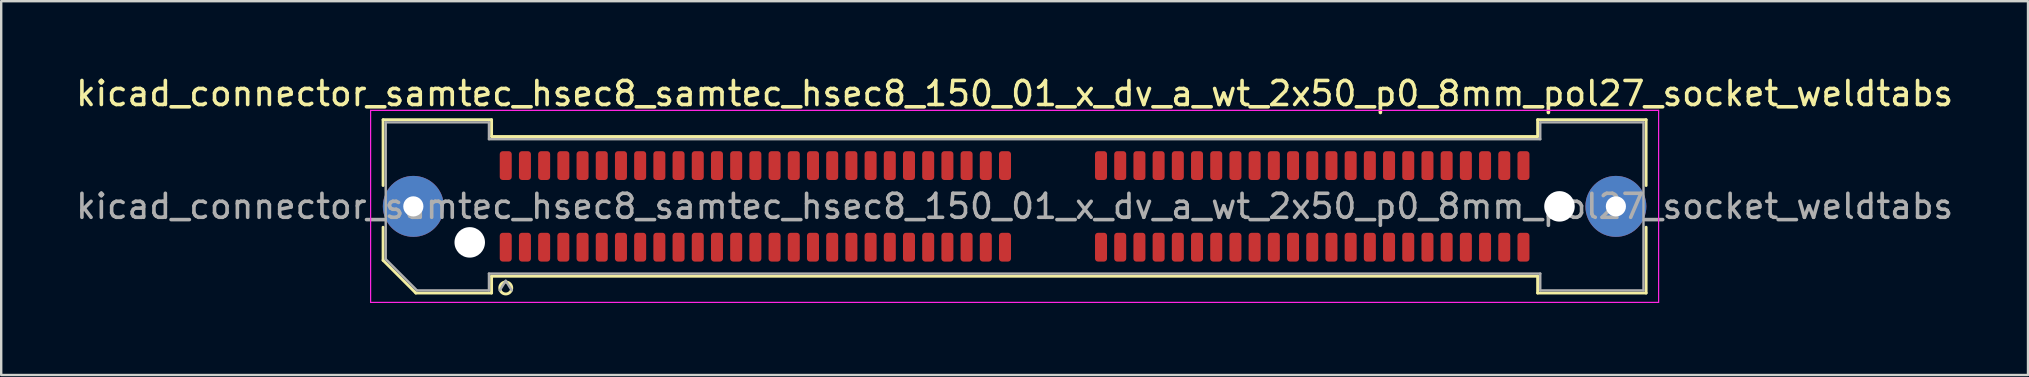
<source format=kicad_pcb>
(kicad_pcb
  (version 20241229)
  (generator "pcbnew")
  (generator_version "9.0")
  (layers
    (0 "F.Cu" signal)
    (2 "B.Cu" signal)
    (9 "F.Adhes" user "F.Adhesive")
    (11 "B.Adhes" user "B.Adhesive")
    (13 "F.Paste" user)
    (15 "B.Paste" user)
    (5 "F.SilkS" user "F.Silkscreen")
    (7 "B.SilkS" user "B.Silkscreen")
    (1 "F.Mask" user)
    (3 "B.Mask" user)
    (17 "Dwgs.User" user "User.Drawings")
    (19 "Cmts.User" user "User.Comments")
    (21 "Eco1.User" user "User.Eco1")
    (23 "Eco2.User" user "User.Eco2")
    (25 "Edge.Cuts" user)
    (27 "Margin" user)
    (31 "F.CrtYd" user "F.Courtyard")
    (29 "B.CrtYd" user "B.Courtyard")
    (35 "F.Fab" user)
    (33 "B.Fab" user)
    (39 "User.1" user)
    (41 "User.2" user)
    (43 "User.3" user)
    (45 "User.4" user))
  (footprint "kicad_connector_samtec_hsec8_samtec_hsec8_150_01_x_dv_a_wt_2x50_p0_8mm_pol27_socket_weldtabs"
    (layer "F.Cu")
    (at 39.22 5.548)
    (property "Reference" "kicad_connector_samtec_hsec8_samtec_hsec8_150_01_x_dv_a_wt_2x50_p0_8mm_pol27_socket_weldtabs" (at 0 -4.7 0) (layer "F.SilkS") (effects (font (size 1 1) (thickness 0.15))))
    (attr smd)
    (fp_line (start -26.31 -3.61) (end -21.79 -3.61) (stroke (width 0.12) (type solid)) (layer "F.SilkS"))
    (fp_line (start -26.31 -0.868) (end -26.31 -3.61) (stroke (width 0.12) (type solid)) (layer "F.SilkS"))
    (fp_line (start -26.31 2.246) (end -26.31 0.868) (stroke (width 0.12) (type solid)) (layer "F.SilkS"))
    (fp_line (start -24.946 3.61) (end -26.31 2.246) (stroke (width 0.12) (type solid)) (layer "F.SilkS"))
    (fp_line (start -21.79 -3.61) (end -21.79 -2.91) (stroke (width 0.12) (type solid)) (layer "F.SilkS"))
    (fp_line (start -21.79 -2.91) (end 21.79 -2.91) (stroke (width 0.12) (type solid)) (layer "F.SilkS"))
    (fp_line (start -21.79 2.91) (end -21.79 3.61) (stroke (width 0.12) (type solid)) (layer "F.SilkS"))
    (fp_line (start -21.79 3.61) (end -24.946 3.61) (stroke (width 0.12) (type solid)) (layer "F.SilkS"))
    (fp_line (start 21.79 -3.61) (end 26.31 -3.61) (stroke (width 0.12) (type solid)) (layer "F.SilkS"))
    (fp_line (start 21.79 -2.91) (end 21.79 -3.61) (stroke (width 0.12) (type solid)) (layer "F.SilkS"))
    (fp_line (start 21.79 2.91) (end -21.79 2.91) (stroke (width 0.12) (type solid)) (layer "F.SilkS"))
    (fp_line (start 21.79 3.61) (end 21.79 2.91) (stroke (width 0.12) (type solid)) (layer "F.SilkS"))
    (fp_line (start 26.31 -3.61) (end 26.31 -0.868) (stroke (width 0.12) (type solid)) (layer "F.SilkS"))
    (fp_line (start 26.31 0.868) (end 26.31 3.61) (stroke (width 0.12) (type solid)) (layer "F.SilkS"))
    (fp_line (start 26.31 3.61) (end 21.79 3.61) (stroke (width 0.12) (type solid)) (layer "F.SilkS"))
    (fp_arc (start -20.95 3.4) (mid -21.45 3.4) (end -20.95 3.4) (stroke (width 0.12) (type solid)) (layer "F.SilkS"))
    (fp_line (start -26.83 -4) (end -26.83 4) (stroke (width 0.05) (type solid)) (layer "F.CrtYd"))
    (fp_line (start -26.83 4) (end 26.83 4) (stroke (width 0.05) (type solid)) (layer "F.CrtYd"))
    (fp_line (start 26.83 -4) (end -26.83 -4) (stroke (width 0.05) (type solid)) (layer "F.CrtYd"))
    (fp_line (start 26.83 4) (end 26.83 -4) (stroke (width 0.05) (type solid)) (layer "F.CrtYd"))
    (fp_line (start -26.2 -3.5) (end -21.9 -3.5) (stroke (width 0.1) (type solid)) (layer "F.Fab"))
    (fp_line (start -26.2 2.2) (end -26.2 -3.5) (stroke (width 0.1) (type solid)) (layer "F.Fab"))
    (fp_line (start -24.9 3.5) (end -26.2 2.2) (stroke (width 0.1) (type solid)) (layer "F.Fab"))
    (fp_line (start -21.9 -3.5) (end -21.9 -2.8) (stroke (width 0.1) (type solid)) (layer "F.Fab"))
    (fp_line (start -21.9 -2.8) (end 21.9 -2.8) (stroke (width 0.1) (type solid)) (layer "F.Fab"))
    (fp_line (start -21.9 2.8) (end -21.9 3.5) (stroke (width 0.1) (type solid)) (layer "F.Fab"))
    (fp_line (start -21.9 3.5) (end -24.9 3.5) (stroke (width 0.1) (type solid)) (layer "F.Fab"))
    (fp_line (start -21.2 3.1) (end -21.45 3.5) (stroke (width 0.1) (type solid)) (layer "F.Fab"))
    (fp_line (start -21.2 3.1) (end -20.95 3.5) (stroke (width 0.1) (type solid)) (layer "F.Fab"))
    (fp_line (start 21.9 -3.5) (end 26.2 -3.5) (stroke (width 0.1) (type solid)) (layer "F.Fab"))
    (fp_line (start 21.9 -2.8) (end 21.9 -3.5) (stroke (width 0.1) (type solid)) (layer "F.Fab"))
    (fp_line (start 21.9 2.8) (end -21.9 2.8) (stroke (width 0.1) (type solid)) (layer "F.Fab"))
    (fp_line (start 21.9 3.5) (end 21.9 2.8) (stroke (width 0.1) (type solid)) (layer "F.Fab"))
    (fp_line (start 26.2 -3.5) (end 26.2 3.5) (stroke (width 0.1) (type solid)) (layer "F.Fab"))
    (fp_line (start 26.2 3.5) (end 21.9 3.5) (stroke (width 0.1) (type solid)) (layer "F.Fab"))
    (fp_text user "${REFERENCE}" (at 0 0 0) (layer "F.Fab") (effects (font (size 1 1) (thickness 0.15))))
    (pad "" thru_hole circle (at -25.05 0) (size 2.54 2.54) (drill 0.84) (layers "*.Cu" "*.Mask" "F.Paste"))
    (pad "" np_thru_hole circle (at -22.7 1.5) (size 1.27 1.27) (drill 1.27) (layers "*.Cu" "*.Mask"))
    (pad "" np_thru_hole circle (at 22.7 0) (size 1.27 1.27) (drill 1.27) (layers "*.Cu" "*.Mask"))
    (pad "" thru_hole circle (at 25.05 0) (size 2.54 2.54) (drill 0.84) (layers "*.Cu" "*.Mask" "F.Paste"))
    (pad "1" smd roundrect (at -21.2 1.7) (size 0.5 1.2) (layers "F.Cu" "F.Mask" "F.Paste") (roundrect_rratio 0.25))
    (pad "2" smd roundrect (at -21.2 -1.7) (size 0.5 1.2) (layers "F.Cu" "F.Mask" "F.Paste") (roundrect_rratio 0.25))
    (pad "3" smd roundrect (at -20.4 1.7) (size 0.5 1.2) (layers "F.Cu" "F.Mask" "F.Paste") (roundrect_rratio 0.25))
    (pad "4" smd roundrect (at -20.4 -1.7) (size 0.5 1.2) (layers "F.Cu" "F.Mask" "F.Paste") (roundrect_rratio 0.25))
    (pad "5" smd roundrect (at -19.6 1.7) (size 0.5 1.2) (layers "F.Cu" "F.Mask" "F.Paste") (roundrect_rratio 0.25))
    (pad "6" smd roundrect (at -19.6 -1.7) (size 0.5 1.2) (layers "F.Cu" "F.Mask" "F.Paste") (roundrect_rratio 0.25))
    (pad "7" smd roundrect (at -18.8 1.7) (size 0.5 1.2) (layers "F.Cu" "F.Mask" "F.Paste") (roundrect_rratio 0.25))
    (pad "8" smd roundrect (at -18.8 -1.7) (size 0.5 1.2) (layers "F.Cu" "F.Mask" "F.Paste") (roundrect_rratio 0.25))
    (pad "9" smd roundrect (at -18 1.7) (size 0.5 1.2) (layers "F.Cu" "F.Mask" "F.Paste") (roundrect_rratio 0.25))
    (pad "10" smd roundrect (at -18 -1.7) (size 0.5 1.2) (layers "F.Cu" "F.Mask" "F.Paste") (roundrect_rratio 0.25))
    (pad "11" smd roundrect (at -17.2 1.7) (size 0.5 1.2) (layers "F.Cu" "F.Mask" "F.Paste") (roundrect_rratio 0.25))
    (pad "12" smd roundrect (at -17.2 -1.7) (size 0.5 1.2) (layers "F.Cu" "F.Mask" "F.Paste") (roundrect_rratio 0.25))
    (pad "13" smd roundrect (at -16.4 1.7) (size 0.5 1.2) (layers "F.Cu" "F.Mask" "F.Paste") (roundrect_rratio 0.25))
    (pad "14" smd roundrect (at -16.4 -1.7) (size 0.5 1.2) (layers "F.Cu" "F.Mask" "F.Paste") (roundrect_rratio 0.25))
    (pad "15" smd roundrect (at -15.6 1.7) (size 0.5 1.2) (layers "F.Cu" "F.Mask" "F.Paste") (roundrect_rratio 0.25))
    (pad "16" smd roundrect (at -15.6 -1.7) (size 0.5 1.2) (layers "F.Cu" "F.Mask" "F.Paste") (roundrect_rratio 0.25))
    (pad "17" smd roundrect (at -14.8 1.7) (size 0.5 1.2) (layers "F.Cu" "F.Mask" "F.Paste") (roundrect_rratio 0.25))
    (pad "18" smd roundrect (at -14.8 -1.7) (size 0.5 1.2) (layers "F.Cu" "F.Mask" "F.Paste") (roundrect_rratio 0.25))
    (pad "19" smd roundrect (at -14 1.7) (size 0.5 1.2) (layers "F.Cu" "F.Mask" "F.Paste") (roundrect_rratio 0.25))
    (pad "20" smd roundrect (at -14 -1.7) (size 0.5 1.2) (layers "F.Cu" "F.Mask" "F.Paste") (roundrect_rratio 0.25))
    (pad "21" smd roundrect (at -13.2 1.7) (size 0.5 1.2) (layers "F.Cu" "F.Mask" "F.Paste") (roundrect_rratio 0.25))
    (pad "22" smd roundrect (at -13.2 -1.7) (size 0.5 1.2) (layers "F.Cu" "F.Mask" "F.Paste") (roundrect_rratio 0.25))
    (pad "23" smd roundrect (at -12.4 1.7) (size 0.5 1.2) (layers "F.Cu" "F.Mask" "F.Paste") (roundrect_rratio 0.25))
    (pad "24" smd roundrect (at -12.4 -1.7) (size 0.5 1.2) (layers "F.Cu" "F.Mask" "F.Paste") (roundrect_rratio 0.25))
    (pad "25" smd roundrect (at -11.6 1.7) (size 0.5 1.2) (layers "F.Cu" "F.Mask" "F.Paste") (roundrect_rratio 0.25))
    (pad "26" smd roundrect (at -11.6 -1.7) (size 0.5 1.2) (layers "F.Cu" "F.Mask" "F.Paste") (roundrect_rratio 0.25))
    (pad "27" smd roundrect (at -10.8 1.7) (size 0.5 1.2) (layers "F.Cu" "F.Mask" "F.Paste") (roundrect_rratio 0.25))
    (pad "28" smd roundrect (at -10.8 -1.7) (size 0.5 1.2) (layers "F.Cu" "F.Mask" "F.Paste") (roundrect_rratio 0.25))
    (pad "29" smd roundrect (at -10 1.7) (size 0.5 1.2) (layers "F.Cu" "F.Mask" "F.Paste") (roundrect_rratio 0.25))
    (pad "30" smd roundrect (at -10 -1.7) (size 0.5 1.2) (layers "F.Cu" "F.Mask" "F.Paste") (roundrect_rratio 0.25))
    (pad "31" smd roundrect (at -9.2 1.7) (size 0.5 1.2) (layers "F.Cu" "F.Mask" "F.Paste") (roundrect_rratio 0.25))
    (pad "32" smd roundrect (at -9.2 -1.7) (size 0.5 1.2) (layers "F.Cu" "F.Mask" "F.Paste") (roundrect_rratio 0.25))
    (pad "33" smd roundrect (at -8.4 1.7) (size 0.5 1.2) (layers "F.Cu" "F.Mask" "F.Paste") (roundrect_rratio 0.25))
    (pad "34" smd roundrect (at -8.4 -1.7) (size 0.5 1.2) (layers "F.Cu" "F.Mask" "F.Paste") (roundrect_rratio 0.25))
    (pad "35" smd roundrect (at -7.6 1.7) (size 0.5 1.2) (layers "F.Cu" "F.Mask" "F.Paste") (roundrect_rratio 0.25))
    (pad "36" smd roundrect (at -7.6 -1.7) (size 0.5 1.2) (layers "F.Cu" "F.Mask" "F.Paste") (roundrect_rratio 0.25))
    (pad "37" smd roundrect (at -6.8 1.7) (size 0.5 1.2) (layers "F.Cu" "F.Mask" "F.Paste") (roundrect_rratio 0.25))
    (pad "38" smd roundrect (at -6.8 -1.7) (size 0.5 1.2) (layers "F.Cu" "F.Mask" "F.Paste") (roundrect_rratio 0.25))
    (pad "39" smd roundrect (at -6 1.7) (size 0.5 1.2) (layers "F.Cu" "F.Mask" "F.Paste") (roundrect_rratio 0.25))
    (pad "40" smd roundrect (at -6 -1.7) (size 0.5 1.2) (layers "F.Cu" "F.Mask" "F.Paste") (roundrect_rratio 0.25))
    (pad "41" smd roundrect (at -5.2 1.7) (size 0.5 1.2) (layers "F.Cu" "F.Mask" "F.Paste") (roundrect_rratio 0.25))
    (pad "42" smd roundrect (at -5.2 -1.7) (size 0.5 1.2) (layers "F.Cu" "F.Mask" "F.Paste") (roundrect_rratio 0.25))
    (pad "43" smd roundrect (at -4.4 1.7) (size 0.5 1.2) (layers "F.Cu" "F.Mask" "F.Paste") (roundrect_rratio 0.25))
    (pad "44" smd roundrect (at -4.4 -1.7) (size 0.5 1.2) (layers "F.Cu" "F.Mask" "F.Paste") (roundrect_rratio 0.25))
    (pad "45" smd roundrect (at -3.6 1.7) (size 0.5 1.2) (layers "F.Cu" "F.Mask" "F.Paste") (roundrect_rratio 0.25))
    (pad "46" smd roundrect (at -3.6 -1.7) (size 0.5 1.2) (layers "F.Cu" "F.Mask" "F.Paste") (roundrect_rratio 0.25))
    (pad "47" smd roundrect (at -2.8 1.7) (size 0.5 1.2) (layers "F.Cu" "F.Mask" "F.Paste") (roundrect_rratio 0.25))
    (pad "48" smd roundrect (at -2.8 -1.7) (size 0.5 1.2) (layers "F.Cu" "F.Mask" "F.Paste") (roundrect_rratio 0.25))
    (pad "49" smd roundrect (at -2 1.7) (size 0.5 1.2) (layers "F.Cu" "F.Mask" "F.Paste") (roundrect_rratio 0.25))
    (pad "50" smd roundrect (at -2 -1.7) (size 0.5 1.2) (layers "F.Cu" "F.Mask" "F.Paste") (roundrect_rratio 0.25))
    (pad "51" smd roundrect (at -1.2 1.7) (size 0.5 1.2) (layers "F.Cu" "F.Mask" "F.Paste") (roundrect_rratio 0.25))
    (pad "52" smd roundrect (at -1.2 -1.7) (size 0.5 1.2) (layers "F.Cu" "F.Mask" "F.Paste") (roundrect_rratio 0.25))
    (pad "53" smd roundrect (at -0.4 1.7) (size 0.5 1.2) (layers "F.Cu" "F.Mask" "F.Paste") (roundrect_rratio 0.25))
    (pad "54" smd roundrect (at -0.4 -1.7) (size 0.5 1.2) (layers "F.Cu" "F.Mask" "F.Paste") (roundrect_rratio 0.25))
    (pad "55" smd roundrect (at 3.6 1.7) (size 0.5 1.2) (layers "F.Cu" "F.Mask" "F.Paste") (roundrect_rratio 0.25))
    (pad "56" smd roundrect (at 3.6 -1.7) (size 0.5 1.2) (layers "F.Cu" "F.Mask" "F.Paste") (roundrect_rratio 0.25))
    (pad "57" smd roundrect (at 4.4 1.7) (size 0.5 1.2) (layers "F.Cu" "F.Mask" "F.Paste") (roundrect_rratio 0.25))
    (pad "58" smd roundrect (at 4.4 -1.7) (size 0.5 1.2) (layers "F.Cu" "F.Mask" "F.Paste") (roundrect_rratio 0.25))
    (pad "59" smd roundrect (at 5.2 1.7) (size 0.5 1.2) (layers "F.Cu" "F.Mask" "F.Paste") (roundrect_rratio 0.25))
    (pad "60" smd roundrect (at 5.2 -1.7) (size 0.5 1.2) (layers "F.Cu" "F.Mask" "F.Paste") (roundrect_rratio 0.25))
    (pad "61" smd roundrect (at 6 1.7) (size 0.5 1.2) (layers "F.Cu" "F.Mask" "F.Paste") (roundrect_rratio 0.25))
    (pad "62" smd roundrect (at 6 -1.7) (size 0.5 1.2) (layers "F.Cu" "F.Mask" "F.Paste") (roundrect_rratio 0.25))
    (pad "63" smd roundrect (at 6.8 1.7) (size 0.5 1.2) (layers "F.Cu" "F.Mask" "F.Paste") (roundrect_rratio 0.25))
    (pad "64" smd roundrect (at 6.8 -1.7) (size 0.5 1.2) (layers "F.Cu" "F.Mask" "F.Paste") (roundrect_rratio 0.25))
    (pad "65" smd roundrect (at 7.6 1.7) (size 0.5 1.2) (layers "F.Cu" "F.Mask" "F.Paste") (roundrect_rratio 0.25))
    (pad "66" smd roundrect (at 7.6 -1.7) (size 0.5 1.2) (layers "F.Cu" "F.Mask" "F.Paste") (roundrect_rratio 0.25))
    (pad "67" smd roundrect (at 8.4 1.7) (size 0.5 1.2) (layers "F.Cu" "F.Mask" "F.Paste") (roundrect_rratio 0.25))
    (pad "68" smd roundrect (at 8.4 -1.7) (size 0.5 1.2) (layers "F.Cu" "F.Mask" "F.Paste") (roundrect_rratio 0.25))
    (pad "69" smd roundrect (at 9.2 1.7) (size 0.5 1.2) (layers "F.Cu" "F.Mask" "F.Paste") (roundrect_rratio 0.25))
    (pad "70" smd roundrect (at 9.2 -1.7) (size 0.5 1.2) (layers "F.Cu" "F.Mask" "F.Paste") (roundrect_rratio 0.25))
    (pad "71" smd roundrect (at 10 1.7) (size 0.5 1.2) (layers "F.Cu" "F.Mask" "F.Paste") (roundrect_rratio 0.25))
    (pad "72" smd roundrect (at 10 -1.7) (size 0.5 1.2) (layers "F.Cu" "F.Mask" "F.Paste") (roundrect_rratio 0.25))
    (pad "73" smd roundrect (at 10.8 1.7) (size 0.5 1.2) (layers "F.Cu" "F.Mask" "F.Paste") (roundrect_rratio 0.25))
    (pad "74" smd roundrect (at 10.8 -1.7) (size 0.5 1.2) (layers "F.Cu" "F.Mask" "F.Paste") (roundrect_rratio 0.25))
    (pad "75" smd roundrect (at 11.6 1.7) (size 0.5 1.2) (layers "F.Cu" "F.Mask" "F.Paste") (roundrect_rratio 0.25))
    (pad "76" smd roundrect (at 11.6 -1.7) (size 0.5 1.2) (layers "F.Cu" "F.Mask" "F.Paste") (roundrect_rratio 0.25))
    (pad "77" smd roundrect (at 12.4 1.7) (size 0.5 1.2) (layers "F.Cu" "F.Mask" "F.Paste") (roundrect_rratio 0.25))
    (pad "78" smd roundrect (at 12.4 -1.7) (size 0.5 1.2) (layers "F.Cu" "F.Mask" "F.Paste") (roundrect_rratio 0.25))
    (pad "79" smd roundrect (at 13.2 1.7) (size 0.5 1.2) (layers "F.Cu" "F.Mask" "F.Paste") (roundrect_rratio 0.25))
    (pad "80" smd roundrect (at 13.2 -1.7) (size 0.5 1.2) (layers "F.Cu" "F.Mask" "F.Paste") (roundrect_rratio 0.25))
    (pad "81" smd roundrect (at 14 1.7) (size 0.5 1.2) (layers "F.Cu" "F.Mask" "F.Paste") (roundrect_rratio 0.25))
    (pad "82" smd roundrect (at 14 -1.7) (size 0.5 1.2) (layers "F.Cu" "F.Mask" "F.Paste") (roundrect_rratio 0.25))
    (pad "83" smd roundrect (at 14.8 1.7) (size 0.5 1.2) (layers "F.Cu" "F.Mask" "F.Paste") (roundrect_rratio 0.25))
    (pad "84" smd roundrect (at 14.8 -1.7) (size 0.5 1.2) (layers "F.Cu" "F.Mask" "F.Paste") (roundrect_rratio 0.25))
    (pad "85" smd roundrect (at 15.6 1.7) (size 0.5 1.2) (layers "F.Cu" "F.Mask" "F.Paste") (roundrect_rratio 0.25))
    (pad "86" smd roundrect (at 15.6 -1.7) (size 0.5 1.2) (layers "F.Cu" "F.Mask" "F.Paste") (roundrect_rratio 0.25))
    (pad "87" smd roundrect (at 16.4 1.7) (size 0.5 1.2) (layers "F.Cu" "F.Mask" "F.Paste") (roundrect_rratio 0.25))
    (pad "88" smd roundrect (at 16.4 -1.7) (size 0.5 1.2) (layers "F.Cu" "F.Mask" "F.Paste") (roundrect_rratio 0.25))
    (pad "89" smd roundrect (at 17.2 1.7) (size 0.5 1.2) (layers "F.Cu" "F.Mask" "F.Paste") (roundrect_rratio 0.25))
    (pad "90" smd roundrect (at 17.2 -1.7) (size 0.5 1.2) (layers "F.Cu" "F.Mask" "F.Paste") (roundrect_rratio 0.25))
    (pad "91" smd roundrect (at 18 1.7) (size 0.5 1.2) (layers "F.Cu" "F.Mask" "F.Paste") (roundrect_rratio 0.25))
    (pad "92" smd roundrect (at 18 -1.7) (size 0.5 1.2) (layers "F.Cu" "F.Mask" "F.Paste") (roundrect_rratio 0.25))
    (pad "93" smd roundrect (at 18.8 1.7) (size 0.5 1.2) (layers "F.Cu" "F.Mask" "F.Paste") (roundrect_rratio 0.25))
    (pad "94" smd roundrect (at 18.8 -1.7) (size 0.5 1.2) (layers "F.Cu" "F.Mask" "F.Paste") (roundrect_rratio 0.25))
    (pad "95" smd roundrect (at 19.6 1.7) (size 0.5 1.2) (layers "F.Cu" "F.Mask" "F.Paste") (roundrect_rratio 0.25))
    (pad "96" smd roundrect (at 19.6 -1.7) (size 0.5 1.2) (layers "F.Cu" "F.Mask" "F.Paste") (roundrect_rratio 0.25))
    (pad "97" smd roundrect (at 20.4 1.7) (size 0.5 1.2) (layers "F.Cu" "F.Mask" "F.Paste") (roundrect_rratio 0.25))
    (pad "98" smd roundrect (at 20.4 -1.7) (size 0.5 1.2) (layers "F.Cu" "F.Mask" "F.Paste") (roundrect_rratio 0.25))
    (pad "99" smd roundrect (at 21.2 1.7) (size 0.5 1.2) (layers "F.Cu" "F.Mask" "F.Paste") (roundrect_rratio 0.25))
    (pad "100" smd roundrect (at 21.2 -1.7) (size 0.5 1.2) (layers "F.Cu" "F.Mask" "F.Paste") (roundrect_rratio 0.25)))
  (gr_rect
    (start -3 -3)
    (end 81.44 12.573)
    (stroke (width 0.1) (type default))
    (fill no)
    (layer "Edge.Cuts")))
</source>
